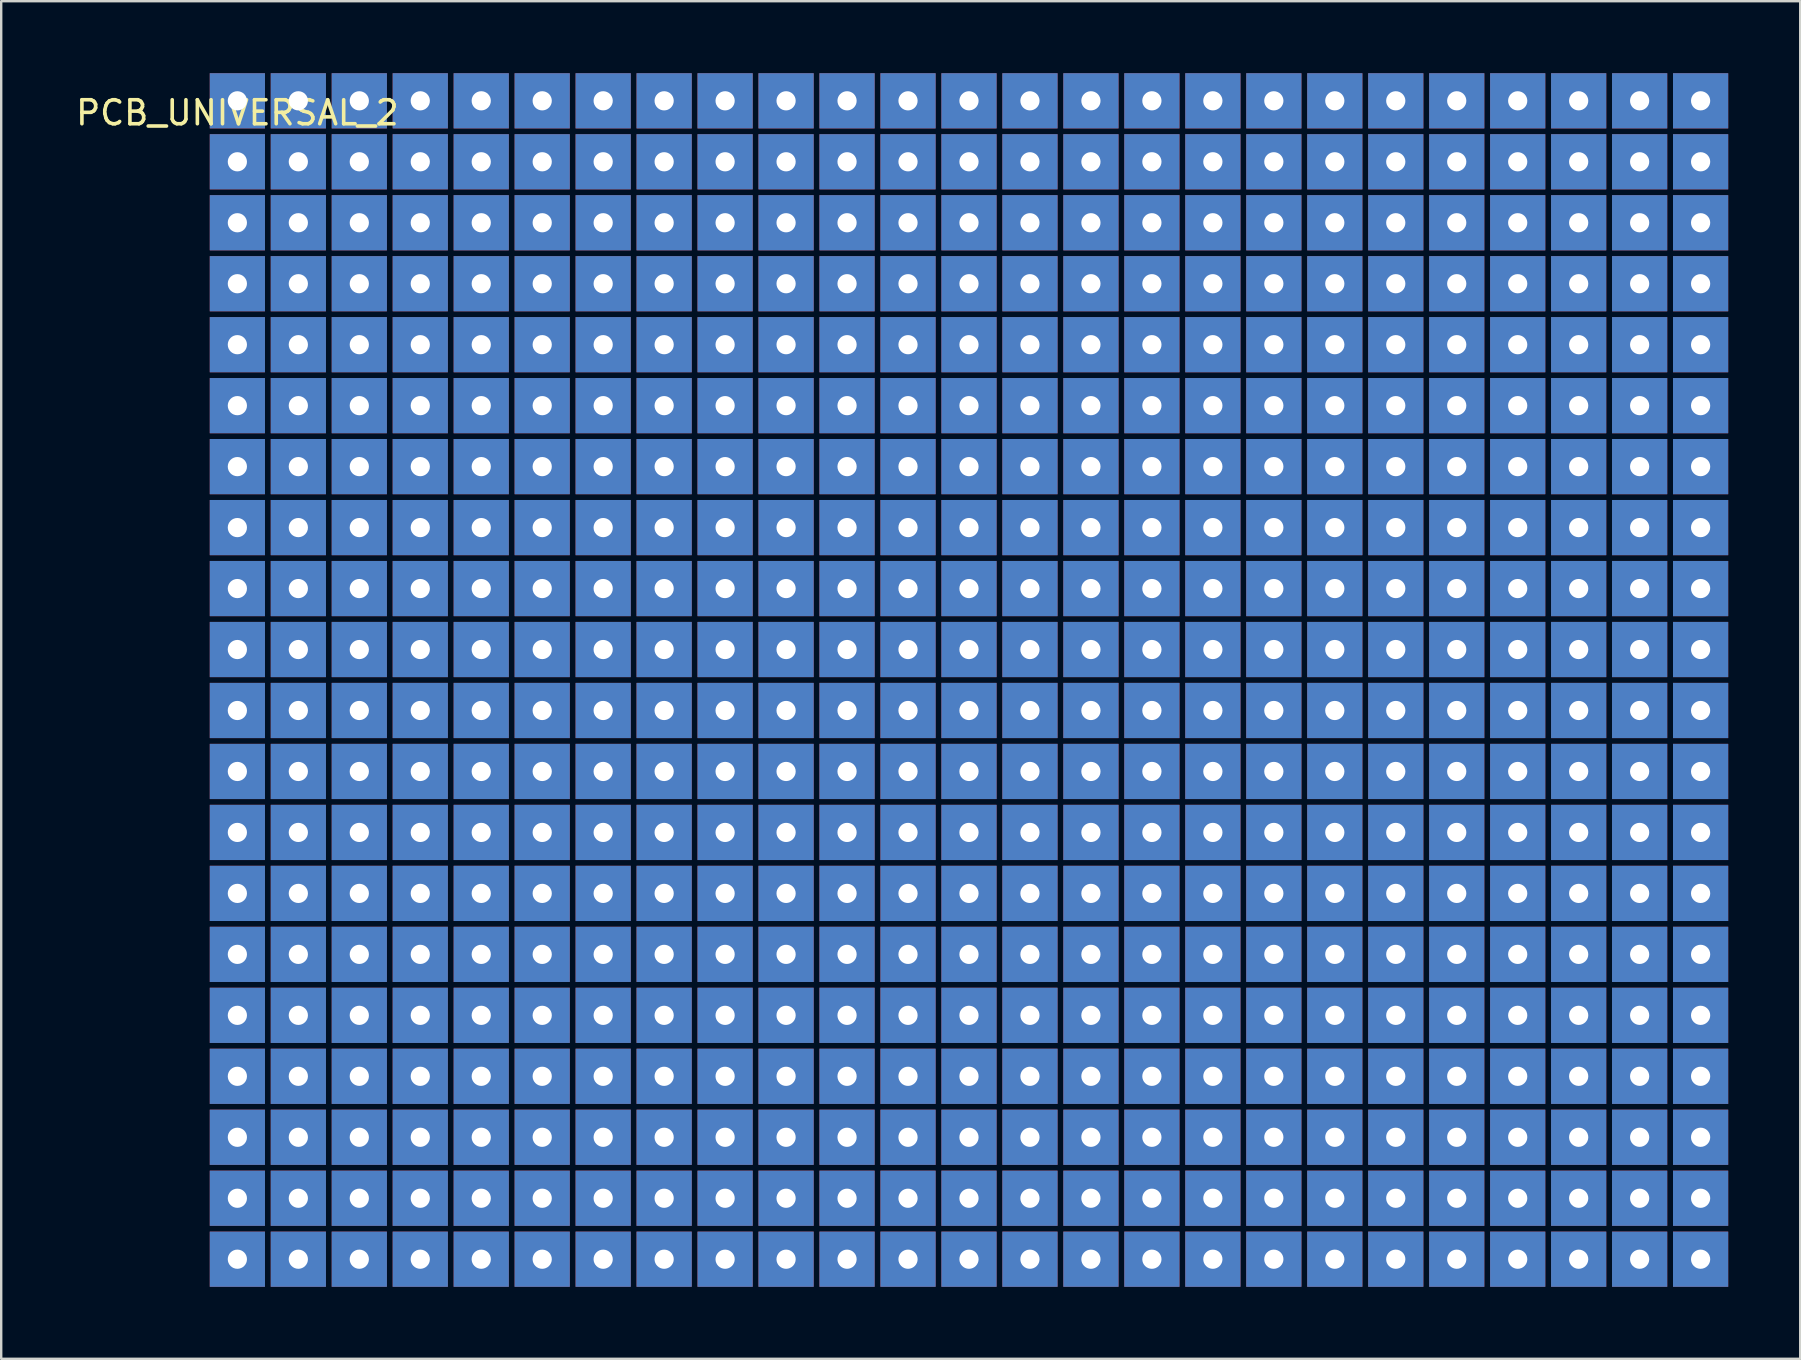
<source format=kicad_pcb>
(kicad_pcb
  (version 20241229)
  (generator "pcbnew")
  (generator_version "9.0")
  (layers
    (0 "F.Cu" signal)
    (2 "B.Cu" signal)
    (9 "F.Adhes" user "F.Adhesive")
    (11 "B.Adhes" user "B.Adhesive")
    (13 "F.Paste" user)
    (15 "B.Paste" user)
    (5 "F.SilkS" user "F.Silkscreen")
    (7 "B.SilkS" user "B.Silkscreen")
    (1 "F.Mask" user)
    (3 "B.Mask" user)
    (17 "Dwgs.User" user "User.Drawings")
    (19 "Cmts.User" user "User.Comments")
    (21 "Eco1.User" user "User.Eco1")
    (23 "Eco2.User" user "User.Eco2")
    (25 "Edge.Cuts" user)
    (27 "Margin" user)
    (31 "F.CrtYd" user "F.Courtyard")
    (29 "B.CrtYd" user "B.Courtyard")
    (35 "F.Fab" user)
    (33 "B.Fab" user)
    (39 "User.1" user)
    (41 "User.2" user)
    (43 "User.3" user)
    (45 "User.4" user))
  (footprint "PCB_UNIVERSAL_2"
    (layer "F.Cu")
    (at 6.839 1.15)
    (property "Reference" "PCB_UNIVERSAL_2" (at 0 0.5 0) (layer "F.SilkS") (effects (font (size 1 1) (thickness 0.15))))
    (attr through_hole)
    (pad "1" thru_hole rect (at 0 0) (size 2.3 2.3) (drill 0.8) (layers "*.Cu" "*.Mask"))
    (pad "2" thru_hole rect (at 2.54 0) (size 2.3 2.3) (drill 0.8) (layers "*.Cu" "*.Mask"))
    (pad "3" thru_hole rect (at 5.08 0) (size 2.3 2.3) (drill 0.8) (layers "*.Cu" "*.Mask"))
    (pad "4" thru_hole rect (at 7.62 0) (size 2.3 2.3) (drill 0.8) (layers "*.Cu" "*.Mask"))
    (pad "5" thru_hole rect (at 10.16 0) (size 2.3 2.3) (drill 0.8) (layers "*.Cu" "*.Mask"))
    (pad "6" thru_hole rect (at 12.7 0) (size 2.3 2.3) (drill 0.8) (layers "*.Cu" "*.Mask"))
    (pad "7" thru_hole rect (at 15.24 0) (size 2.3 2.3) (drill 0.8) (layers "*.Cu" "*.Mask"))
    (pad "8" thru_hole rect (at 17.78 0) (size 2.3 2.3) (drill 0.8) (layers "*.Cu" "*.Mask"))
    (pad "9" thru_hole rect (at 20.32 0) (size 2.3 2.3) (drill 0.8) (layers "*.Cu" "*.Mask"))
    (pad "10" thru_hole rect (at 22.86 0) (size 2.3 2.3) (drill 0.8) (layers "*.Cu" "*.Mask"))
    (pad "11" thru_hole rect (at 25.4 0) (size 2.3 2.3) (drill 0.8) (layers "*.Cu" "*.Mask"))
    (pad "12" thru_hole rect (at 27.94 0) (size 2.3 2.3) (drill 0.8) (layers "*.Cu" "*.Mask"))
    (pad "13" thru_hole rect (at 30.48 0) (size 2.3 2.3) (drill 0.8) (layers "*.Cu" "*.Mask"))
    (pad "14" thru_hole rect (at 33.02 0) (size 2.3 2.3) (drill 0.8) (layers "*.Cu" "*.Mask"))
    (pad "15" thru_hole rect (at 35.56 0) (size 2.3 2.3) (drill 0.8) (layers "*.Cu" "*.Mask"))
    (pad "16" thru_hole rect (at 38.1 0) (size 2.3 2.3) (drill 0.8) (layers "*.Cu" "*.Mask"))
    (pad "17" thru_hole rect (at 40.64 0) (size 2.3 2.3) (drill 0.8) (layers "*.Cu" "*.Mask"))
    (pad "18" thru_hole rect (at 43.18 0) (size 2.3 2.3) (drill 0.8) (layers "*.Cu" "*.Mask"))
    (pad "19" thru_hole rect (at 45.72 0) (size 2.3 2.3) (drill 0.8) (layers "*.Cu" "*.Mask"))
    (pad "20" thru_hole rect (at 48.26 0) (size 2.3 2.3) (drill 0.8) (layers "*.Cu" "*.Mask"))
    (pad "21" thru_hole rect (at 50.8 0) (size 2.3 2.3) (drill 0.8) (layers "*.Cu" "*.Mask"))
    (pad "22" thru_hole rect (at 53.34 0) (size 2.3 2.3) (drill 0.8) (layers "*.Cu" "*.Mask"))
    (pad "23" thru_hole rect (at 55.88 0) (size 2.3 2.3) (drill 0.8) (layers "*.Cu" "*.Mask"))
    (pad "24" thru_hole rect (at 58.42 0) (size 2.3 2.3) (drill 0.8) (layers "*.Cu" "*.Mask"))
    (pad "25" thru_hole rect (at 60.96 0) (size 2.3 2.3) (drill 0.8) (layers "*.Cu" "*.Mask"))
    (pad "26" thru_hole rect (at 0 2.54) (size 2.3 2.3) (drill 0.8) (layers "*.Cu" "*.Mask"))
    (pad "27" thru_hole rect (at 2.54 2.54) (size 2.3 2.3) (drill 0.8) (layers "*.Cu" "*.Mask"))
    (pad "28" thru_hole rect (at 5.08 2.54) (size 2.3 2.3) (drill 0.8) (layers "*.Cu" "*.Mask"))
    (pad "29" thru_hole rect (at 7.62 2.54) (size 2.3 2.3) (drill 0.8) (layers "*.Cu" "*.Mask"))
    (pad "30" thru_hole rect (at 10.16 2.54) (size 2.3 2.3) (drill 0.8) (layers "*.Cu" "*.Mask"))
    (pad "31" thru_hole rect (at 12.7 2.54) (size 2.3 2.3) (drill 0.8) (layers "*.Cu" "*.Mask"))
    (pad "32" thru_hole rect (at 15.24 2.54) (size 2.3 2.3) (drill 0.8) (layers "*.Cu" "*.Mask"))
    (pad "33" thru_hole rect (at 17.78 2.54) (size 2.3 2.3) (drill 0.8) (layers "*.Cu" "*.Mask"))
    (pad "34" thru_hole rect (at 20.32 2.54) (size 2.3 2.3) (drill 0.8) (layers "*.Cu" "*.Mask"))
    (pad "35" thru_hole rect (at 22.86 2.54) (size 2.3 2.3) (drill 0.8) (layers "*.Cu" "*.Mask"))
    (pad "36" thru_hole rect (at 25.4 2.54) (size 2.3 2.3) (drill 0.8) (layers "*.Cu" "*.Mask"))
    (pad "37" thru_hole rect (at 27.94 2.54) (size 2.3 2.3) (drill 0.8) (layers "*.Cu" "*.Mask"))
    (pad "38" thru_hole rect (at 30.48 2.54) (size 2.3 2.3) (drill 0.8) (layers "*.Cu" "*.Mask"))
    (pad "39" thru_hole rect (at 33.02 2.54) (size 2.3 2.3) (drill 0.8) (layers "*.Cu" "*.Mask"))
    (pad "40" thru_hole rect (at 35.56 2.54) (size 2.3 2.3) (drill 0.8) (layers "*.Cu" "*.Mask"))
    (pad "41" thru_hole rect (at 38.1 2.54) (size 2.3 2.3) (drill 0.8) (layers "*.Cu" "*.Mask"))
    (pad "42" thru_hole rect (at 40.64 2.54) (size 2.3 2.3) (drill 0.8) (layers "*.Cu" "*.Mask"))
    (pad "43" thru_hole rect (at 43.18 2.54) (size 2.3 2.3) (drill 0.8) (layers "*.Cu" "*.Mask"))
    (pad "44" thru_hole rect (at 45.72 2.54) (size 2.3 2.3) (drill 0.8) (layers "*.Cu" "*.Mask"))
    (pad "45" thru_hole rect (at 48.26 2.54) (size 2.3 2.3) (drill 0.8) (layers "*.Cu" "*.Mask"))
    (pad "46" thru_hole rect (at 50.8 2.54) (size 2.3 2.3) (drill 0.8) (layers "*.Cu" "*.Mask"))
    (pad "47" thru_hole rect (at 53.34 2.54) (size 2.3 2.3) (drill 0.8) (layers "*.Cu" "*.Mask"))
    (pad "48" thru_hole rect (at 55.88 2.54) (size 2.3 2.3) (drill 0.8) (layers "*.Cu" "*.Mask"))
    (pad "49" thru_hole rect (at 58.42 2.54) (size 2.3 2.3) (drill 0.8) (layers "*.Cu" "*.Mask"))
    (pad "50" thru_hole rect (at 60.96 2.54) (size 2.3 2.3) (drill 0.8) (layers "*.Cu" "*.Mask"))
    (pad "51" thru_hole rect (at 0 5.08) (size 2.3 2.3) (drill 0.8) (layers "*.Cu" "*.Mask"))
    (pad "52" thru_hole rect (at 2.54 5.08) (size 2.3 2.3) (drill 0.8) (layers "*.Cu" "*.Mask"))
    (pad "53" thru_hole rect (at 5.08 5.08) (size 2.3 2.3) (drill 0.8) (layers "*.Cu" "*.Mask"))
    (pad "54" thru_hole rect (at 7.62 5.08) (size 2.3 2.3) (drill 0.8) (layers "*.Cu" "*.Mask"))
    (pad "55" thru_hole rect (at 10.16 5.08) (size 2.3 2.3) (drill 0.8) (layers "*.Cu" "*.Mask"))
    (pad "56" thru_hole rect (at 12.7 5.08) (size 2.3 2.3) (drill 0.8) (layers "*.Cu" "*.Mask"))
    (pad "57" thru_hole rect (at 15.24 5.08) (size 2.3 2.3) (drill 0.8) (layers "*.Cu" "*.Mask"))
    (pad "58" thru_hole rect (at 17.78 5.08) (size 2.3 2.3) (drill 0.8) (layers "*.Cu" "*.Mask"))
    (pad "59" thru_hole rect (at 20.32 5.08) (size 2.3 2.3) (drill 0.8) (layers "*.Cu" "*.Mask"))
    (pad "60" thru_hole rect (at 22.86 5.08) (size 2.3 2.3) (drill 0.8) (layers "*.Cu" "*.Mask"))
    (pad "61" thru_hole rect (at 25.4 5.08) (size 2.3 2.3) (drill 0.8) (layers "*.Cu" "*.Mask"))
    (pad "62" thru_hole rect (at 27.94 5.08) (size 2.3 2.3) (drill 0.8) (layers "*.Cu" "*.Mask"))
    (pad "63" thru_hole rect (at 30.48 5.08) (size 2.3 2.3) (drill 0.8) (layers "*.Cu" "*.Mask"))
    (pad "64" thru_hole rect (at 33.02 5.08) (size 2.3 2.3) (drill 0.8) (layers "*.Cu" "*.Mask"))
    (pad "65" thru_hole rect (at 35.56 5.08) (size 2.3 2.3) (drill 0.8) (layers "*.Cu" "*.Mask"))
    (pad "66" thru_hole rect (at 38.1 5.08) (size 2.3 2.3) (drill 0.8) (layers "*.Cu" "*.Mask"))
    (pad "67" thru_hole rect (at 40.64 5.08) (size 2.3 2.3) (drill 0.8) (layers "*.Cu" "*.Mask"))
    (pad "68" thru_hole rect (at 43.18 5.08) (size 2.3 2.3) (drill 0.8) (layers "*.Cu" "*.Mask"))
    (pad "69" thru_hole rect (at 45.72 5.08) (size 2.3 2.3) (drill 0.8) (layers "*.Cu" "*.Mask"))
    (pad "70" thru_hole rect (at 48.26 5.08) (size 2.3 2.3) (drill 0.8) (layers "*.Cu" "*.Mask"))
    (pad "71" thru_hole rect (at 50.8 5.08) (size 2.3 2.3) (drill 0.8) (layers "*.Cu" "*.Mask"))
    (pad "72" thru_hole rect (at 53.34 5.08) (size 2.3 2.3) (drill 0.8) (layers "*.Cu" "*.Mask"))
    (pad "73" thru_hole rect (at 55.88 5.08) (size 2.3 2.3) (drill 0.8) (layers "*.Cu" "*.Mask"))
    (pad "74" thru_hole rect (at 58.42 5.08) (size 2.3 2.3) (drill 0.8) (layers "*.Cu" "*.Mask"))
    (pad "75" thru_hole rect (at 60.96 5.08) (size 2.3 2.3) (drill 0.8) (layers "*.Cu" "*.Mask"))
    (pad "76" thru_hole rect (at 0 7.62) (size 2.3 2.3) (drill 0.8) (layers "*.Cu" "*.Mask"))
    (pad "77" thru_hole rect (at 2.54 7.62) (size 2.3 2.3) (drill 0.8) (layers "*.Cu" "*.Mask"))
    (pad "78" thru_hole rect (at 5.08 7.62) (size 2.3 2.3) (drill 0.8) (layers "*.Cu" "*.Mask"))
    (pad "79" thru_hole rect (at 7.62 7.62) (size 2.3 2.3) (drill 0.8) (layers "*.Cu" "*.Mask"))
    (pad "80" thru_hole rect (at 10.16 7.62) (size 2.3 2.3) (drill 0.8) (layers "*.Cu" "*.Mask"))
    (pad "81" thru_hole rect (at 12.7 7.62) (size 2.3 2.3) (drill 0.8) (layers "*.Cu" "*.Mask"))
    (pad "82" thru_hole rect (at 15.24 7.62) (size 2.3 2.3) (drill 0.8) (layers "*.Cu" "*.Mask"))
    (pad "83" thru_hole rect (at 17.78 7.62) (size 2.3 2.3) (drill 0.8) (layers "*.Cu" "*.Mask"))
    (pad "84" thru_hole rect (at 20.32 7.62) (size 2.3 2.3) (drill 0.8) (layers "*.Cu" "*.Mask"))
    (pad "85" thru_hole rect (at 22.86 7.62) (size 2.3 2.3) (drill 0.8) (layers "*.Cu" "*.Mask"))
    (pad "86" thru_hole rect (at 25.4 7.62) (size 2.3 2.3) (drill 0.8) (layers "*.Cu" "*.Mask"))
    (pad "87" thru_hole rect (at 27.94 7.62) (size 2.3 2.3) (drill 0.8) (layers "*.Cu" "*.Mask"))
    (pad "88" thru_hole rect (at 30.48 7.62) (size 2.3 2.3) (drill 0.8) (layers "*.Cu" "*.Mask"))
    (pad "89" thru_hole rect (at 33.02 7.62) (size 2.3 2.3) (drill 0.8) (layers "*.Cu" "*.Mask"))
    (pad "90" thru_hole rect (at 35.56 7.62) (size 2.3 2.3) (drill 0.8) (layers "*.Cu" "*.Mask"))
    (pad "91" thru_hole rect (at 38.1 7.62) (size 2.3 2.3) (drill 0.8) (layers "*.Cu" "*.Mask"))
    (pad "92" thru_hole rect (at 40.64 7.62) (size 2.3 2.3) (drill 0.8) (layers "*.Cu" "*.Mask"))
    (pad "93" thru_hole rect (at 43.18 7.62) (size 2.3 2.3) (drill 0.8) (layers "*.Cu" "*.Mask"))
    (pad "94" thru_hole rect (at 45.72 7.62) (size 2.3 2.3) (drill 0.8) (layers "*.Cu" "*.Mask"))
    (pad "95" thru_hole rect (at 48.26 7.62) (size 2.3 2.3) (drill 0.8) (layers "*.Cu" "*.Mask"))
    (pad "96" thru_hole rect (at 50.8 7.62) (size 2.3 2.3) (drill 0.8) (layers "*.Cu" "*.Mask"))
    (pad "97" thru_hole rect (at 53.34 7.62) (size 2.3 2.3) (drill 0.8) (layers "*.Cu" "*.Mask"))
    (pad "98" thru_hole rect (at 55.88 7.62) (size 2.3 2.3) (drill 0.8) (layers "*.Cu" "*.Mask"))
    (pad "99" thru_hole rect (at 58.42 7.62) (size 2.3 2.3) (drill 0.8) (layers "*.Cu" "*.Mask"))
    (pad "100" thru_hole rect (at 60.96 7.62) (size 2.3 2.3) (drill 0.8) (layers "*.Cu" "*.Mask"))
    (pad "101" thru_hole rect (at 0 10.16) (size 2.3 2.3) (drill 0.8) (layers "*.Cu" "*.Mask"))
    (pad "102" thru_hole rect (at 2.54 10.16) (size 2.3 2.3) (drill 0.8) (layers "*.Cu" "*.Mask"))
    (pad "103" thru_hole rect (at 5.08 10.16) (size 2.3 2.3) (drill 0.8) (layers "*.Cu" "*.Mask"))
    (pad "104" thru_hole rect (at 7.62 10.16) (size 2.3 2.3) (drill 0.8) (layers "*.Cu" "*.Mask"))
    (pad "105" thru_hole rect (at 10.16 10.16) (size 2.3 2.3) (drill 0.8) (layers "*.Cu" "*.Mask"))
    (pad "106" thru_hole rect (at 12.7 10.16) (size 2.3 2.3) (drill 0.8) (layers "*.Cu" "*.Mask"))
    (pad "107" thru_hole rect (at 15.24 10.16) (size 2.3 2.3) (drill 0.8) (layers "*.Cu" "*.Mask"))
    (pad "108" thru_hole rect (at 17.78 10.16) (size 2.3 2.3) (drill 0.8) (layers "*.Cu" "*.Mask"))
    (pad "109" thru_hole rect (at 20.32 10.16) (size 2.3 2.3) (drill 0.8) (layers "*.Cu" "*.Mask"))
    (pad "110" thru_hole rect (at 22.86 10.16) (size 2.3 2.3) (drill 0.8) (layers "*.Cu" "*.Mask"))
    (pad "111" thru_hole rect (at 25.4 10.16) (size 2.3 2.3) (drill 0.8) (layers "*.Cu" "*.Mask"))
    (pad "112" thru_hole rect (at 27.94 10.16) (size 2.3 2.3) (drill 0.8) (layers "*.Cu" "*.Mask"))
    (pad "113" thru_hole rect (at 30.48 10.16) (size 2.3 2.3) (drill 0.8) (layers "*.Cu" "*.Mask"))
    (pad "114" thru_hole rect (at 33.02 10.16) (size 2.3 2.3) (drill 0.8) (layers "*.Cu" "*.Mask"))
    (pad "115" thru_hole rect (at 35.56 10.16) (size 2.3 2.3) (drill 0.8) (layers "*.Cu" "*.Mask"))
    (pad "116" thru_hole rect (at 38.1 10.16) (size 2.3 2.3) (drill 0.8) (layers "*.Cu" "*.Mask"))
    (pad "117" thru_hole rect (at 40.64 10.16) (size 2.3 2.3) (drill 0.8) (layers "*.Cu" "*.Mask"))
    (pad "118" thru_hole rect (at 43.18 10.16) (size 2.3 2.3) (drill 0.8) (layers "*.Cu" "*.Mask"))
    (pad "119" thru_hole rect (at 45.72 10.16) (size 2.3 2.3) (drill 0.8) (layers "*.Cu" "*.Mask"))
    (pad "120" thru_hole rect (at 48.26 10.16) (size 2.3 2.3) (drill 0.8) (layers "*.Cu" "*.Mask"))
    (pad "121" thru_hole rect (at 50.8 10.16) (size 2.3 2.3) (drill 0.8) (layers "*.Cu" "*.Mask"))
    (pad "122" thru_hole rect (at 53.34 10.16) (size 2.3 2.3) (drill 0.8) (layers "*.Cu" "*.Mask"))
    (pad "123" thru_hole rect (at 55.88 10.16) (size 2.3 2.3) (drill 0.8) (layers "*.Cu" "*.Mask"))
    (pad "124" thru_hole rect (at 58.42 10.16) (size 2.3 2.3) (drill 0.8) (layers "*.Cu" "*.Mask"))
    (pad "125" thru_hole rect (at 60.96 10.16) (size 2.3 2.3) (drill 0.8) (layers "*.Cu" "*.Mask"))
    (pad "126" thru_hole rect (at 0 12.7) (size 2.3 2.3) (drill 0.8) (layers "*.Cu" "*.Mask"))
    (pad "127" thru_hole rect (at 2.54 12.7) (size 2.3 2.3) (drill 0.8) (layers "*.Cu" "*.Mask"))
    (pad "128" thru_hole rect (at 5.08 12.7) (size 2.3 2.3) (drill 0.8) (layers "*.Cu" "*.Mask"))
    (pad "129" thru_hole rect (at 7.62 12.7) (size 2.3 2.3) (drill 0.8) (layers "*.Cu" "*.Mask"))
    (pad "130" thru_hole rect (at 10.16 12.7) (size 2.3 2.3) (drill 0.8) (layers "*.Cu" "*.Mask"))
    (pad "131" thru_hole rect (at 12.7 12.7) (size 2.3 2.3) (drill 0.8) (layers "*.Cu" "*.Mask"))
    (pad "132" thru_hole rect (at 15.24 12.7) (size 2.3 2.3) (drill 0.8) (layers "*.Cu" "*.Mask"))
    (pad "133" thru_hole rect (at 17.78 12.7) (size 2.3 2.3) (drill 0.8) (layers "*.Cu" "*.Mask"))
    (pad "134" thru_hole rect (at 20.32 12.7) (size 2.3 2.3) (drill 0.8) (layers "*.Cu" "*.Mask"))
    (pad "135" thru_hole rect (at 22.86 12.7) (size 2.3 2.3) (drill 0.8) (layers "*.Cu" "*.Mask"))
    (pad "136" thru_hole rect (at 25.4 12.7) (size 2.3 2.3) (drill 0.8) (layers "*.Cu" "*.Mask"))
    (pad "137" thru_hole rect (at 27.94 12.7) (size 2.3 2.3) (drill 0.8) (layers "*.Cu" "*.Mask"))
    (pad "138" thru_hole rect (at 30.48 12.7) (size 2.3 2.3) (drill 0.8) (layers "*.Cu" "*.Mask"))
    (pad "139" thru_hole rect (at 33.02 12.7) (size 2.3 2.3) (drill 0.8) (layers "*.Cu" "*.Mask"))
    (pad "140" thru_hole rect (at 35.56 12.7) (size 2.3 2.3) (drill 0.8) (layers "*.Cu" "*.Mask"))
    (pad "141" thru_hole rect (at 38.1 12.7) (size 2.3 2.3) (drill 0.8) (layers "*.Cu" "*.Mask"))
    (pad "142" thru_hole rect (at 40.64 12.7) (size 2.3 2.3) (drill 0.8) (layers "*.Cu" "*.Mask"))
    (pad "143" thru_hole rect (at 43.18 12.7) (size 2.3 2.3) (drill 0.8) (layers "*.Cu" "*.Mask"))
    (pad "144" thru_hole rect (at 45.72 12.7) (size 2.3 2.3) (drill 0.8) (layers "*.Cu" "*.Mask"))
    (pad "145" thru_hole rect (at 48.26 12.7) (size 2.3 2.3) (drill 0.8) (layers "*.Cu" "*.Mask"))
    (pad "146" thru_hole rect (at 50.8 12.7) (size 2.3 2.3) (drill 0.8) (layers "*.Cu" "*.Mask"))
    (pad "147" thru_hole rect (at 53.34 12.7) (size 2.3 2.3) (drill 0.8) (layers "*.Cu" "*.Mask"))
    (pad "148" thru_hole rect (at 55.88 12.7) (size 2.3 2.3) (drill 0.8) (layers "*.Cu" "*.Mask"))
    (pad "149" thru_hole rect (at 58.42 12.7) (size 2.3 2.3) (drill 0.8) (layers "*.Cu" "*.Mask"))
    (pad "150" thru_hole rect (at 60.96 12.7) (size 2.3 2.3) (drill 0.8) (layers "*.Cu" "*.Mask"))
    (pad "151" thru_hole rect (at 0 15.24) (size 2.3 2.3) (drill 0.8) (layers "*.Cu" "*.Mask"))
    (pad "152" thru_hole rect (at 2.54 15.24) (size 2.3 2.3) (drill 0.8) (layers "*.Cu" "*.Mask"))
    (pad "153" thru_hole rect (at 5.08 15.24) (size 2.3 2.3) (drill 0.8) (layers "*.Cu" "*.Mask"))
    (pad "154" thru_hole rect (at 7.62 15.24) (size 2.3 2.3) (drill 0.8) (layers "*.Cu" "*.Mask"))
    (pad "155" thru_hole rect (at 10.16 15.24) (size 2.3 2.3) (drill 0.8) (layers "*.Cu" "*.Mask"))
    (pad "156" thru_hole rect (at 12.7 15.24) (size 2.3 2.3) (drill 0.8) (layers "*.Cu" "*.Mask"))
    (pad "157" thru_hole rect (at 15.24 15.24) (size 2.3 2.3) (drill 0.8) (layers "*.Cu" "*.Mask"))
    (pad "158" thru_hole rect (at 17.78 15.24) (size 2.3 2.3) (drill 0.8) (layers "*.Cu" "*.Mask"))
    (pad "159" thru_hole rect (at 20.32 15.24) (size 2.3 2.3) (drill 0.8) (layers "*.Cu" "*.Mask"))
    (pad "160" thru_hole rect (at 22.86 15.24) (size 2.3 2.3) (drill 0.8) (layers "*.Cu" "*.Mask"))
    (pad "161" thru_hole rect (at 25.4 15.24) (size 2.3 2.3) (drill 0.8) (layers "*.Cu" "*.Mask"))
    (pad "162" thru_hole rect (at 27.94 15.24) (size 2.3 2.3) (drill 0.8) (layers "*.Cu" "*.Mask"))
    (pad "163" thru_hole rect (at 30.48 15.24) (size 2.3 2.3) (drill 0.8) (layers "*.Cu" "*.Mask"))
    (pad "164" thru_hole rect (at 33.02 15.24) (size 2.3 2.3) (drill 0.8) (layers "*.Cu" "*.Mask"))
    (pad "165" thru_hole rect (at 35.56 15.24) (size 2.3 2.3) (drill 0.8) (layers "*.Cu" "*.Mask"))
    (pad "166" thru_hole rect (at 38.1 15.24) (size 2.3 2.3) (drill 0.8) (layers "*.Cu" "*.Mask"))
    (pad "167" thru_hole rect (at 40.64 15.24) (size 2.3 2.3) (drill 0.8) (layers "*.Cu" "*.Mask"))
    (pad "168" thru_hole rect (at 43.18 15.24) (size 2.3 2.3) (drill 0.8) (layers "*.Cu" "*.Mask"))
    (pad "169" thru_hole rect (at 45.72 15.24) (size 2.3 2.3) (drill 0.8) (layers "*.Cu" "*.Mask"))
    (pad "170" thru_hole rect (at 48.26 15.24) (size 2.3 2.3) (drill 0.8) (layers "*.Cu" "*.Mask"))
    (pad "171" thru_hole rect (at 50.8 15.24) (size 2.3 2.3) (drill 0.8) (layers "*.Cu" "*.Mask"))
    (pad "172" thru_hole rect (at 53.34 15.24) (size 2.3 2.3) (drill 0.8) (layers "*.Cu" "*.Mask"))
    (pad "173" thru_hole rect (at 55.88 15.24) (size 2.3 2.3) (drill 0.8) (layers "*.Cu" "*.Mask"))
    (pad "174" thru_hole rect (at 58.42 15.24) (size 2.3 2.3) (drill 0.8) (layers "*.Cu" "*.Mask"))
    (pad "175" thru_hole rect (at 60.96 15.24) (size 2.3 2.3) (drill 0.8) (layers "*.Cu" "*.Mask"))
    (pad "176" thru_hole rect (at 0 17.78) (size 2.3 2.3) (drill 0.8) (layers "*.Cu" "*.Mask"))
    (pad "177" thru_hole rect (at 2.54 17.78) (size 2.3 2.3) (drill 0.8) (layers "*.Cu" "*.Mask"))
    (pad "178" thru_hole rect (at 5.08 17.78) (size 2.3 2.3) (drill 0.8) (layers "*.Cu" "*.Mask"))
    (pad "179" thru_hole rect (at 7.62 17.78) (size 2.3 2.3) (drill 0.8) (layers "*.Cu" "*.Mask"))
    (pad "180" thru_hole rect (at 10.16 17.78) (size 2.3 2.3) (drill 0.8) (layers "*.Cu" "*.Mask"))
    (pad "181" thru_hole rect (at 12.7 17.78) (size 2.3 2.3) (drill 0.8) (layers "*.Cu" "*.Mask"))
    (pad "182" thru_hole rect (at 15.24 17.78) (size 2.3 2.3) (drill 0.8) (layers "*.Cu" "*.Mask"))
    (pad "183" thru_hole rect (at 17.78 17.78) (size 2.3 2.3) (drill 0.8) (layers "*.Cu" "*.Mask"))
    (pad "184" thru_hole rect (at 20.32 17.78) (size 2.3 2.3) (drill 0.8) (layers "*.Cu" "*.Mask"))
    (pad "185" thru_hole rect (at 22.86 17.78) (size 2.3 2.3) (drill 0.8) (layers "*.Cu" "*.Mask"))
    (pad "186" thru_hole rect (at 25.4 17.78) (size 2.3 2.3) (drill 0.8) (layers "*.Cu" "*.Mask"))
    (pad "187" thru_hole rect (at 27.94 17.78) (size 2.3 2.3) (drill 0.8) (layers "*.Cu" "*.Mask"))
    (pad "188" thru_hole rect (at 30.48 17.78) (size 2.3 2.3) (drill 0.8) (layers "*.Cu" "*.Mask"))
    (pad "189" thru_hole rect (at 33.02 17.78) (size 2.3 2.3) (drill 0.8) (layers "*.Cu" "*.Mask"))
    (pad "190" thru_hole rect (at 35.56 17.78) (size 2.3 2.3) (drill 0.8) (layers "*.Cu" "*.Mask"))
    (pad "191" thru_hole rect (at 38.1 17.78) (size 2.3 2.3) (drill 0.8) (layers "*.Cu" "*.Mask"))
    (pad "192" thru_hole rect (at 40.64 17.78) (size 2.3 2.3) (drill 0.8) (layers "*.Cu" "*.Mask"))
    (pad "193" thru_hole rect (at 43.18 17.78) (size 2.3 2.3) (drill 0.8) (layers "*.Cu" "*.Mask"))
    (pad "194" thru_hole rect (at 45.72 17.78) (size 2.3 2.3) (drill 0.8) (layers "*.Cu" "*.Mask"))
    (pad "195" thru_hole rect (at 48.26 17.78) (size 2.3 2.3) (drill 0.8) (layers "*.Cu" "*.Mask"))
    (pad "196" thru_hole rect (at 50.8 17.78) (size 2.3 2.3) (drill 0.8) (layers "*.Cu" "*.Mask"))
    (pad "197" thru_hole rect (at 53.34 17.78) (size 2.3 2.3) (drill 0.8) (layers "*.Cu" "*.Mask"))
    (pad "198" thru_hole rect (at 55.88 17.78) (size 2.3 2.3) (drill 0.8) (layers "*.Cu" "*.Mask"))
    (pad "199" thru_hole rect (at 58.42 17.78) (size 2.3 2.3) (drill 0.8) (layers "*.Cu" "*.Mask"))
    (pad "200" thru_hole rect (at 60.96 17.78) (size 2.3 2.3) (drill 0.8) (layers "*.Cu" "*.Mask"))
    (pad "201" thru_hole rect (at 0 20.32) (size 2.3 2.3) (drill 0.8) (layers "*.Cu" "*.Mask"))
    (pad "202" thru_hole rect (at 2.54 20.32) (size 2.3 2.3) (drill 0.8) (layers "*.Cu" "*.Mask"))
    (pad "203" thru_hole rect (at 5.08 20.32) (size 2.3 2.3) (drill 0.8) (layers "*.Cu" "*.Mask"))
    (pad "204" thru_hole rect (at 7.62 20.32) (size 2.3 2.3) (drill 0.8) (layers "*.Cu" "*.Mask"))
    (pad "205" thru_hole rect (at 10.16 20.32) (size 2.3 2.3) (drill 0.8) (layers "*.Cu" "*.Mask"))
    (pad "206" thru_hole rect (at 12.7 20.32) (size 2.3 2.3) (drill 0.8) (layers "*.Cu" "*.Mask"))
    (pad "207" thru_hole rect (at 15.24 20.32) (size 2.3 2.3) (drill 0.8) (layers "*.Cu" "*.Mask"))
    (pad "208" thru_hole rect (at 17.78 20.32) (size 2.3 2.3) (drill 0.8) (layers "*.Cu" "*.Mask"))
    (pad "209" thru_hole rect (at 20.32 20.32) (size 2.3 2.3) (drill 0.8) (layers "*.Cu" "*.Mask"))
    (pad "210" thru_hole rect (at 22.86 20.32) (size 2.3 2.3) (drill 0.8) (layers "*.Cu" "*.Mask"))
    (pad "211" thru_hole rect (at 25.4 20.32) (size 2.3 2.3) (drill 0.8) (layers "*.Cu" "*.Mask"))
    (pad "212" thru_hole rect (at 27.94 20.32) (size 2.3 2.3) (drill 0.8) (layers "*.Cu" "*.Mask"))
    (pad "213" thru_hole rect (at 30.48 20.32) (size 2.3 2.3) (drill 0.8) (layers "*.Cu" "*.Mask"))
    (pad "214" thru_hole rect (at 33.02 20.32) (size 2.3 2.3) (drill 0.8) (layers "*.Cu" "*.Mask"))
    (pad "215" thru_hole rect (at 35.56 20.32) (size 2.3 2.3) (drill 0.8) (layers "*.Cu" "*.Mask"))
    (pad "216" thru_hole rect (at 38.1 20.32) (size 2.3 2.3) (drill 0.8) (layers "*.Cu" "*.Mask"))
    (pad "217" thru_hole rect (at 40.64 20.32) (size 2.3 2.3) (drill 0.8) (layers "*.Cu" "*.Mask"))
    (pad "218" thru_hole rect (at 43.18 20.32) (size 2.3 2.3) (drill 0.8) (layers "*.Cu" "*.Mask"))
    (pad "219" thru_hole rect (at 45.72 20.32) (size 2.3 2.3) (drill 0.8) (layers "*.Cu" "*.Mask"))
    (pad "220" thru_hole rect (at 48.26 20.32) (size 2.3 2.3) (drill 0.8) (layers "*.Cu" "*.Mask"))
    (pad "221" thru_hole rect (at 50.8 20.32) (size 2.3 2.3) (drill 0.8) (layers "*.Cu" "*.Mask"))
    (pad "222" thru_hole rect (at 53.34 20.32) (size 2.3 2.3) (drill 0.8) (layers "*.Cu" "*.Mask"))
    (pad "223" thru_hole rect (at 55.88 20.32) (size 2.3 2.3) (drill 0.8) (layers "*.Cu" "*.Mask"))
    (pad "224" thru_hole rect (at 58.42 20.32) (size 2.3 2.3) (drill 0.8) (layers "*.Cu" "*.Mask"))
    (pad "225" thru_hole rect (at 60.96 20.32) (size 2.3 2.3) (drill 0.8) (layers "*.Cu" "*.Mask"))
    (pad "226" thru_hole rect (at 0 22.86) (size 2.3 2.3) (drill 0.8) (layers "*.Cu" "*.Mask"))
    (pad "227" thru_hole rect (at 2.54 22.86) (size 2.3 2.3) (drill 0.8) (layers "*.Cu" "*.Mask"))
    (pad "228" thru_hole rect (at 5.08 22.86) (size 2.3 2.3) (drill 0.8) (layers "*.Cu" "*.Mask"))
    (pad "229" thru_hole rect (at 7.62 22.86) (size 2.3 2.3) (drill 0.8) (layers "*.Cu" "*.Mask"))
    (pad "230" thru_hole rect (at 10.16 22.86) (size 2.3 2.3) (drill 0.8) (layers "*.Cu" "*.Mask"))
    (pad "231" thru_hole rect (at 12.7 22.86) (size 2.3 2.3) (drill 0.8) (layers "*.Cu" "*.Mask"))
    (pad "232" thru_hole rect (at 15.24 22.86) (size 2.3 2.3) (drill 0.8) (layers "*.Cu" "*.Mask"))
    (pad "233" thru_hole rect (at 17.78 22.86) (size 2.3 2.3) (drill 0.8) (layers "*.Cu" "*.Mask"))
    (pad "234" thru_hole rect (at 20.32 22.86) (size 2.3 2.3) (drill 0.8) (layers "*.Cu" "*.Mask"))
    (pad "235" thru_hole rect (at 22.86 22.86) (size 2.3 2.3) (drill 0.8) (layers "*.Cu" "*.Mask"))
    (pad "236" thru_hole rect (at 25.4 22.86) (size 2.3 2.3) (drill 0.8) (layers "*.Cu" "*.Mask"))
    (pad "237" thru_hole rect (at 27.94 22.86) (size 2.3 2.3) (drill 0.8) (layers "*.Cu" "*.Mask"))
    (pad "238" thru_hole rect (at 30.48 22.86) (size 2.3 2.3) (drill 0.8) (layers "*.Cu" "*.Mask"))
    (pad "239" thru_hole rect (at 33.02 22.86) (size 2.3 2.3) (drill 0.8) (layers "*.Cu" "*.Mask"))
    (pad "240" thru_hole rect (at 35.56 22.86) (size 2.3 2.3) (drill 0.8) (layers "*.Cu" "*.Mask"))
    (pad "241" thru_hole rect (at 38.1 22.86) (size 2.3 2.3) (drill 0.8) (layers "*.Cu" "*.Mask"))
    (pad "242" thru_hole rect (at 40.64 22.86) (size 2.3 2.3) (drill 0.8) (layers "*.Cu" "*.Mask"))
    (pad "243" thru_hole rect (at 43.18 22.86) (size 2.3 2.3) (drill 0.8) (layers "*.Cu" "*.Mask"))
    (pad "244" thru_hole rect (at 45.72 22.86) (size 2.3 2.3) (drill 0.8) (layers "*.Cu" "*.Mask"))
    (pad "245" thru_hole rect (at 48.26 22.86) (size 2.3 2.3) (drill 0.8) (layers "*.Cu" "*.Mask"))
    (pad "246" thru_hole rect (at 50.8 22.86) (size 2.3 2.3) (drill 0.8) (layers "*.Cu" "*.Mask"))
    (pad "247" thru_hole rect (at 53.34 22.86) (size 2.3 2.3) (drill 0.8) (layers "*.Cu" "*.Mask"))
    (pad "248" thru_hole rect (at 55.88 22.86) (size 2.3 2.3) (drill 0.8) (layers "*.Cu" "*.Mask"))
    (pad "249" thru_hole rect (at 58.42 22.86) (size 2.3 2.3) (drill 0.8) (layers "*.Cu" "*.Mask"))
    (pad "250" thru_hole rect (at 60.96 22.86) (size 2.3 2.3) (drill 0.8) (layers "*.Cu" "*.Mask"))
    (pad "251" thru_hole rect (at 0 25.4) (size 2.3 2.3) (drill 0.8) (layers "*.Cu" "*.Mask"))
    (pad "252" thru_hole rect (at 2.54 25.4) (size 2.3 2.3) (drill 0.8) (layers "*.Cu" "*.Mask"))
    (pad "253" thru_hole rect (at 5.08 25.4) (size 2.3 2.3) (drill 0.8) (layers "*.Cu" "*.Mask"))
    (pad "254" thru_hole rect (at 7.62 25.4) (size 2.3 2.3) (drill 0.8) (layers "*.Cu" "*.Mask"))
    (pad "255" thru_hole rect (at 10.16 25.4) (size 2.3 2.3) (drill 0.8) (layers "*.Cu" "*.Mask"))
    (pad "256" thru_hole rect (at 12.7 25.4) (size 2.3 2.3) (drill 0.8) (layers "*.Cu" "*.Mask"))
    (pad "257" thru_hole rect (at 15.24 25.4) (size 2.3 2.3) (drill 0.8) (layers "*.Cu" "*.Mask"))
    (pad "258" thru_hole rect (at 17.78 25.4) (size 2.3 2.3) (drill 0.8) (layers "*.Cu" "*.Mask"))
    (pad "259" thru_hole rect (at 20.32 25.4) (size 2.3 2.3) (drill 0.8) (layers "*.Cu" "*.Mask"))
    (pad "260" thru_hole rect (at 22.86 25.4) (size 2.3 2.3) (drill 0.8) (layers "*.Cu" "*.Mask"))
    (pad "261" thru_hole rect (at 25.4 25.4) (size 2.3 2.3) (drill 0.8) (layers "*.Cu" "*.Mask"))
    (pad "262" thru_hole rect (at 27.94 25.4) (size 2.3 2.3) (drill 0.8) (layers "*.Cu" "*.Mask"))
    (pad "263" thru_hole rect (at 30.48 25.4) (size 2.3 2.3) (drill 0.8) (layers "*.Cu" "*.Mask"))
    (pad "264" thru_hole rect (at 33.02 25.4) (size 2.3 2.3) (drill 0.8) (layers "*.Cu" "*.Mask"))
    (pad "265" thru_hole rect (at 35.56 25.4) (size 2.3 2.3) (drill 0.8) (layers "*.Cu" "*.Mask"))
    (pad "266" thru_hole rect (at 38.1 25.4) (size 2.3 2.3) (drill 0.8) (layers "*.Cu" "*.Mask"))
    (pad "267" thru_hole rect (at 40.64 25.4) (size 2.3 2.3) (drill 0.8) (layers "*.Cu" "*.Mask"))
    (pad "268" thru_hole rect (at 43.18 25.4) (size 2.3 2.3) (drill 0.8) (layers "*.Cu" "*.Mask"))
    (pad "269" thru_hole rect (at 45.72 25.4) (size 2.3 2.3) (drill 0.8) (layers "*.Cu" "*.Mask"))
    (pad "270" thru_hole rect (at 48.26 25.4) (size 2.3 2.3) (drill 0.8) (layers "*.Cu" "*.Mask"))
    (pad "271" thru_hole rect (at 50.8 25.4) (size 2.3 2.3) (drill 0.8) (layers "*.Cu" "*.Mask"))
    (pad "272" thru_hole rect (at 53.34 25.4) (size 2.3 2.3) (drill 0.8) (layers "*.Cu" "*.Mask"))
    (pad "273" thru_hole rect (at 55.88 25.4) (size 2.3 2.3) (drill 0.8) (layers "*.Cu" "*.Mask"))
    (pad "274" thru_hole rect (at 58.42 25.4) (size 2.3 2.3) (drill 0.8) (layers "*.Cu" "*.Mask"))
    (pad "275" thru_hole rect (at 60.96 25.4) (size 2.3 2.3) (drill 0.8) (layers "*.Cu" "*.Mask"))
    (pad "276" thru_hole rect (at 0 27.94) (size 2.3 2.3) (drill 0.8) (layers "*.Cu" "*.Mask"))
    (pad "277" thru_hole rect (at 2.54 27.94) (size 2.3 2.3) (drill 0.8) (layers "*.Cu" "*.Mask"))
    (pad "278" thru_hole rect (at 5.08 27.94) (size 2.3 2.3) (drill 0.8) (layers "*.Cu" "*.Mask"))
    (pad "279" thru_hole rect (at 7.62 27.94) (size 2.3 2.3) (drill 0.8) (layers "*.Cu" "*.Mask"))
    (pad "280" thru_hole rect (at 10.16 27.94) (size 2.3 2.3) (drill 0.8) (layers "*.Cu" "*.Mask"))
    (pad "281" thru_hole rect (at 12.7 27.94) (size 2.3 2.3) (drill 0.8) (layers "*.Cu" "*.Mask"))
    (pad "282" thru_hole rect (at 15.24 27.94) (size 2.3 2.3) (drill 0.8) (layers "*.Cu" "*.Mask"))
    (pad "283" thru_hole rect (at 17.78 27.94) (size 2.3 2.3) (drill 0.8) (layers "*.Cu" "*.Mask"))
    (pad "284" thru_hole rect (at 20.32 27.94) (size 2.3 2.3) (drill 0.8) (layers "*.Cu" "*.Mask"))
    (pad "285" thru_hole rect (at 22.86 27.94) (size 2.3 2.3) (drill 0.8) (layers "*.Cu" "*.Mask"))
    (pad "286" thru_hole rect (at 25.4 27.94) (size 2.3 2.3) (drill 0.8) (layers "*.Cu" "*.Mask"))
    (pad "287" thru_hole rect (at 27.94 27.94) (size 2.3 2.3) (drill 0.8) (layers "*.Cu" "*.Mask"))
    (pad "288" thru_hole rect (at 30.48 27.94) (size 2.3 2.3) (drill 0.8) (layers "*.Cu" "*.Mask"))
    (pad "289" thru_hole rect (at 33.02 27.94) (size 2.3 2.3) (drill 0.8) (layers "*.Cu" "*.Mask"))
    (pad "290" thru_hole rect (at 35.56 27.94) (size 2.3 2.3) (drill 0.8) (layers "*.Cu" "*.Mask"))
    (pad "291" thru_hole rect (at 38.1 27.94) (size 2.3 2.3) (drill 0.8) (layers "*.Cu" "*.Mask"))
    (pad "292" thru_hole rect (at 40.64 27.94) (size 2.3 2.3) (drill 0.8) (layers "*.Cu" "*.Mask"))
    (pad "293" thru_hole rect (at 43.18 27.94) (size 2.3 2.3) (drill 0.8) (layers "*.Cu" "*.Mask"))
    (pad "294" thru_hole rect (at 45.72 27.94) (size 2.3 2.3) (drill 0.8) (layers "*.Cu" "*.Mask"))
    (pad "295" thru_hole rect (at 48.26 27.94) (size 2.3 2.3) (drill 0.8) (layers "*.Cu" "*.Mask"))
    (pad "296" thru_hole rect (at 50.8 27.94) (size 2.3 2.3) (drill 0.8) (layers "*.Cu" "*.Mask"))
    (pad "297" thru_hole rect (at 53.34 27.94) (size 2.3 2.3) (drill 0.8) (layers "*.Cu" "*.Mask"))
    (pad "298" thru_hole rect (at 55.88 27.94) (size 2.3 2.3) (drill 0.8) (layers "*.Cu" "*.Mask"))
    (pad "299" thru_hole rect (at 58.42 27.94) (size 2.3 2.3) (drill 0.8) (layers "*.Cu" "*.Mask"))
    (pad "300" thru_hole rect (at 60.96 27.94) (size 2.3 2.3) (drill 0.8) (layers "*.Cu" "*.Mask"))
    (pad "301" thru_hole rect (at 0 30.48) (size 2.3 2.3) (drill 0.8) (layers "*.Cu" "*.Mask"))
    (pad "302" thru_hole rect (at 2.54 30.48) (size 2.3 2.3) (drill 0.8) (layers "*.Cu" "*.Mask"))
    (pad "303" thru_hole rect (at 5.08 30.48) (size 2.3 2.3) (drill 0.8) (layers "*.Cu" "*.Mask"))
    (pad "304" thru_hole rect (at 7.62 30.48) (size 2.3 2.3) (drill 0.8) (layers "*.Cu" "*.Mask"))
    (pad "305" thru_hole rect (at 10.16 30.48) (size 2.3 2.3) (drill 0.8) (layers "*.Cu" "*.Mask"))
    (pad "306" thru_hole rect (at 12.7 30.48) (size 2.3 2.3) (drill 0.8) (layers "*.Cu" "*.Mask"))
    (pad "307" thru_hole rect (at 15.24 30.48) (size 2.3 2.3) (drill 0.8) (layers "*.Cu" "*.Mask"))
    (pad "308" thru_hole rect (at 17.78 30.48) (size 2.3 2.3) (drill 0.8) (layers "*.Cu" "*.Mask"))
    (pad "309" thru_hole rect (at 20.32 30.48) (size 2.3 2.3) (drill 0.8) (layers "*.Cu" "*.Mask"))
    (pad "310" thru_hole rect (at 22.86 30.48) (size 2.3 2.3) (drill 0.8) (layers "*.Cu" "*.Mask"))
    (pad "311" thru_hole rect (at 25.4 30.48) (size 2.3 2.3) (drill 0.8) (layers "*.Cu" "*.Mask"))
    (pad "312" thru_hole rect (at 27.94 30.48) (size 2.3 2.3) (drill 0.8) (layers "*.Cu" "*.Mask"))
    (pad "313" thru_hole rect (at 30.48 30.48) (size 2.3 2.3) (drill 0.8) (layers "*.Cu" "*.Mask"))
    (pad "314" thru_hole rect (at 33.02 30.48) (size 2.3 2.3) (drill 0.8) (layers "*.Cu" "*.Mask"))
    (pad "315" thru_hole rect (at 35.56 30.48) (size 2.3 2.3) (drill 0.8) (layers "*.Cu" "*.Mask"))
    (pad "316" thru_hole rect (at 38.1 30.48) (size 2.3 2.3) (drill 0.8) (layers "*.Cu" "*.Mask"))
    (pad "317" thru_hole rect (at 40.64 30.48) (size 2.3 2.3) (drill 0.8) (layers "*.Cu" "*.Mask"))
    (pad "318" thru_hole rect (at 43.18 30.48) (size 2.3 2.3) (drill 0.8) (layers "*.Cu" "*.Mask"))
    (pad "319" thru_hole rect (at 45.72 30.48) (size 2.3 2.3) (drill 0.8) (layers "*.Cu" "*.Mask"))
    (pad "320" thru_hole rect (at 48.26 30.48) (size 2.3 2.3) (drill 0.8) (layers "*.Cu" "*.Mask"))
    (pad "321" thru_hole rect (at 50.8 30.48) (size 2.3 2.3) (drill 0.8) (layers "*.Cu" "*.Mask"))
    (pad "322" thru_hole rect (at 53.34 30.48) (size 2.3 2.3) (drill 0.8) (layers "*.Cu" "*.Mask"))
    (pad "323" thru_hole rect (at 55.88 30.48) (size 2.3 2.3) (drill 0.8) (layers "*.Cu" "*.Mask"))
    (pad "324" thru_hole rect (at 58.42 30.48) (size 2.3 2.3) (drill 0.8) (layers "*.Cu" "*.Mask"))
    (pad "325" thru_hole rect (at 60.96 30.48) (size 2.3 2.3) (drill 0.8) (layers "*.Cu" "*.Mask"))
    (pad "326" thru_hole rect (at 0 33.02) (size 2.3 2.3) (drill 0.8) (layers "*.Cu" "*.Mask"))
    (pad "327" thru_hole rect (at 2.54 33.02) (size 2.3 2.3) (drill 0.8) (layers "*.Cu" "*.Mask"))
    (pad "328" thru_hole rect (at 5.08 33.02) (size 2.3 2.3) (drill 0.8) (layers "*.Cu" "*.Mask"))
    (pad "329" thru_hole rect (at 7.62 33.02) (size 2.3 2.3) (drill 0.8) (layers "*.Cu" "*.Mask"))
    (pad "330" thru_hole rect (at 10.16 33.02) (size 2.3 2.3) (drill 0.8) (layers "*.Cu" "*.Mask"))
    (pad "331" thru_hole rect (at 12.7 33.02) (size 2.3 2.3) (drill 0.8) (layers "*.Cu" "*.Mask"))
    (pad "332" thru_hole rect (at 15.24 33.02) (size 2.3 2.3) (drill 0.8) (layers "*.Cu" "*.Mask"))
    (pad "333" thru_hole rect (at 17.78 33.02) (size 2.3 2.3) (drill 0.8) (layers "*.Cu" "*.Mask"))
    (pad "334" thru_hole rect (at 20.32 33.02) (size 2.3 2.3) (drill 0.8) (layers "*.Cu" "*.Mask"))
    (pad "335" thru_hole rect (at 22.86 33.02) (size 2.3 2.3) (drill 0.8) (layers "*.Cu" "*.Mask"))
    (pad "336" thru_hole rect (at 25.4 33.02) (size 2.3 2.3) (drill 0.8) (layers "*.Cu" "*.Mask"))
    (pad "337" thru_hole rect (at 27.94 33.02) (size 2.3 2.3) (drill 0.8) (layers "*.Cu" "*.Mask"))
    (pad "338" thru_hole rect (at 30.48 33.02) (size 2.3 2.3) (drill 0.8) (layers "*.Cu" "*.Mask"))
    (pad "339" thru_hole rect (at 33.02 33.02) (size 2.3 2.3) (drill 0.8) (layers "*.Cu" "*.Mask"))
    (pad "340" thru_hole rect (at 35.56 33.02) (size 2.3 2.3) (drill 0.8) (layers "*.Cu" "*.Mask"))
    (pad "341" thru_hole rect (at 38.1 33.02) (size 2.3 2.3) (drill 0.8) (layers "*.Cu" "*.Mask"))
    (pad "342" thru_hole rect (at 40.64 33.02) (size 2.3 2.3) (drill 0.8) (layers "*.Cu" "*.Mask"))
    (pad "343" thru_hole rect (at 43.18 33.02) (size 2.3 2.3) (drill 0.8) (layers "*.Cu" "*.Mask"))
    (pad "344" thru_hole rect (at 45.72 33.02) (size 2.3 2.3) (drill 0.8) (layers "*.Cu" "*.Mask"))
    (pad "345" thru_hole rect (at 48.26 33.02) (size 2.3 2.3) (drill 0.8) (layers "*.Cu" "*.Mask"))
    (pad "346" thru_hole rect (at 50.8 33.02) (size 2.3 2.3) (drill 0.8) (layers "*.Cu" "*.Mask"))
    (pad "347" thru_hole rect (at 53.34 33.02) (size 2.3 2.3) (drill 0.8) (layers "*.Cu" "*.Mask"))
    (pad "348" thru_hole rect (at 55.88 33.02) (size 2.3 2.3) (drill 0.8) (layers "*.Cu" "*.Mask"))
    (pad "349" thru_hole rect (at 58.42 33.02) (size 2.3 2.3) (drill 0.8) (layers "*.Cu" "*.Mask"))
    (pad "350" thru_hole rect (at 60.96 33.02) (size 2.3 2.3) (drill 0.8) (layers "*.Cu" "*.Mask"))
    (pad "351" thru_hole rect (at 0 35.56) (size 2.3 2.3) (drill 0.8) (layers "*.Cu" "*.Mask"))
    (pad "352" thru_hole rect (at 2.54 35.56) (size 2.3 2.3) (drill 0.8) (layers "*.Cu" "*.Mask"))
    (pad "353" thru_hole rect (at 5.08 35.56) (size 2.3 2.3) (drill 0.8) (layers "*.Cu" "*.Mask"))
    (pad "354" thru_hole rect (at 7.62 35.56) (size 2.3 2.3) (drill 0.8) (layers "*.Cu" "*.Mask"))
    (pad "355" thru_hole rect (at 10.16 35.56) (size 2.3 2.3) (drill 0.8) (layers "*.Cu" "*.Mask"))
    (pad "356" thru_hole rect (at 12.7 35.56) (size 2.3 2.3) (drill 0.8) (layers "*.Cu" "*.Mask"))
    (pad "357" thru_hole rect (at 15.24 35.56) (size 2.3 2.3) (drill 0.8) (layers "*.Cu" "*.Mask"))
    (pad "358" thru_hole rect (at 17.78 35.56) (size 2.3 2.3) (drill 0.8) (layers "*.Cu" "*.Mask"))
    (pad "359" thru_hole rect (at 20.32 35.56) (size 2.3 2.3) (drill 0.8) (layers "*.Cu" "*.Mask"))
    (pad "360" thru_hole rect (at 22.86 35.56) (size 2.3 2.3) (drill 0.8) (layers "*.Cu" "*.Mask"))
    (pad "361" thru_hole rect (at 25.4 35.56) (size 2.3 2.3) (drill 0.8) (layers "*.Cu" "*.Mask"))
    (pad "362" thru_hole rect (at 27.94 35.56) (size 2.3 2.3) (drill 0.8) (layers "*.Cu" "*.Mask"))
    (pad "363" thru_hole rect (at 30.48 35.56) (size 2.3 2.3) (drill 0.8) (layers "*.Cu" "*.Mask"))
    (pad "364" thru_hole rect (at 33.02 35.56) (size 2.3 2.3) (drill 0.8) (layers "*.Cu" "*.Mask"))
    (pad "365" thru_hole rect (at 35.56 35.56) (size 2.3 2.3) (drill 0.8) (layers "*.Cu" "*.Mask"))
    (pad "366" thru_hole rect (at 38.1 35.56) (size 2.3 2.3) (drill 0.8) (layers "*.Cu" "*.Mask"))
    (pad "367" thru_hole rect (at 40.64 35.56) (size 2.3 2.3) (drill 0.8) (layers "*.Cu" "*.Mask"))
    (pad "368" thru_hole rect (at 43.18 35.56) (size 2.3 2.3) (drill 0.8) (layers "*.Cu" "*.Mask"))
    (pad "369" thru_hole rect (at 45.72 35.56) (size 2.3 2.3) (drill 0.8) (layers "*.Cu" "*.Mask"))
    (pad "370" thru_hole rect (at 48.26 35.56) (size 2.3 2.3) (drill 0.8) (layers "*.Cu" "*.Mask"))
    (pad "371" thru_hole rect (at 50.8 35.56) (size 2.3 2.3) (drill 0.8) (layers "*.Cu" "*.Mask"))
    (pad "372" thru_hole rect (at 53.34 35.56) (size 2.3 2.3) (drill 0.8) (layers "*.Cu" "*.Mask"))
    (pad "373" thru_hole rect (at 55.88 35.56) (size 2.3 2.3) (drill 0.8) (layers "*.Cu" "*.Mask"))
    (pad "374" thru_hole rect (at 58.42 35.56) (size 2.3 2.3) (drill 0.8) (layers "*.Cu" "*.Mask"))
    (pad "375" thru_hole rect (at 60.96 35.56) (size 2.3 2.3) (drill 0.8) (layers "*.Cu" "*.Mask"))
    (pad "376" thru_hole rect (at 0 38.1) (size 2.3 2.3) (drill 0.8) (layers "*.Cu" "*.Mask"))
    (pad "377" thru_hole rect (at 2.54 38.1) (size 2.3 2.3) (drill 0.8) (layers "*.Cu" "*.Mask"))
    (pad "378" thru_hole rect (at 5.08 38.1) (size 2.3 2.3) (drill 0.8) (layers "*.Cu" "*.Mask"))
    (pad "379" thru_hole rect (at 7.62 38.1) (size 2.3 2.3) (drill 0.8) (layers "*.Cu" "*.Mask"))
    (pad "380" thru_hole rect (at 10.16 38.1) (size 2.3 2.3) (drill 0.8) (layers "*.Cu" "*.Mask"))
    (pad "381" thru_hole rect (at 12.7 38.1) (size 2.3 2.3) (drill 0.8) (layers "*.Cu" "*.Mask"))
    (pad "382" thru_hole rect (at 15.24 38.1) (size 2.3 2.3) (drill 0.8) (layers "*.Cu" "*.Mask"))
    (pad "383" thru_hole rect (at 17.78 38.1) (size 2.3 2.3) (drill 0.8) (layers "*.Cu" "*.Mask"))
    (pad "384" thru_hole rect (at 20.32 38.1) (size 2.3 2.3) (drill 0.8) (layers "*.Cu" "*.Mask"))
    (pad "385" thru_hole rect (at 22.86 38.1) (size 2.3 2.3) (drill 0.8) (layers "*.Cu" "*.Mask"))
    (pad "386" thru_hole rect (at 25.4 38.1) (size 2.3 2.3) (drill 0.8) (layers "*.Cu" "*.Mask"))
    (pad "387" thru_hole rect (at 27.94 38.1) (size 2.3 2.3) (drill 0.8) (layers "*.Cu" "*.Mask"))
    (pad "388" thru_hole rect (at 30.48 38.1) (size 2.3 2.3) (drill 0.8) (layers "*.Cu" "*.Mask"))
    (pad "389" thru_hole rect (at 33.02 38.1) (size 2.3 2.3) (drill 0.8) (layers "*.Cu" "*.Mask"))
    (pad "390" thru_hole rect (at 35.56 38.1) (size 2.3 2.3) (drill 0.8) (layers "*.Cu" "*.Mask"))
    (pad "391" thru_hole rect (at 38.1 38.1) (size 2.3 2.3) (drill 0.8) (layers "*.Cu" "*.Mask"))
    (pad "392" thru_hole rect (at 40.64 38.1) (size 2.3 2.3) (drill 0.8) (layers "*.Cu" "*.Mask"))
    (pad "393" thru_hole rect (at 43.18 38.1) (size 2.3 2.3) (drill 0.8) (layers "*.Cu" "*.Mask"))
    (pad "394" thru_hole rect (at 45.72 38.1) (size 2.3 2.3) (drill 0.8) (layers "*.Cu" "*.Mask"))
    (pad "395" thru_hole rect (at 48.26 38.1) (size 2.3 2.3) (drill 0.8) (layers "*.Cu" "*.Mask"))
    (pad "396" thru_hole rect (at 50.8 38.1) (size 2.3 2.3) (drill 0.8) (layers "*.Cu" "*.Mask"))
    (pad "397" thru_hole rect (at 53.34 38.1) (size 2.3 2.3) (drill 0.8) (layers "*.Cu" "*.Mask"))
    (pad "398" thru_hole rect (at 55.88 38.1) (size 2.3 2.3) (drill 0.8) (layers "*.Cu" "*.Mask"))
    (pad "399" thru_hole rect (at 58.42 38.1) (size 2.3 2.3) (drill 0.8) (layers "*.Cu" "*.Mask"))
    (pad "400" thru_hole rect (at 60.96 38.1) (size 2.3 2.3) (drill 0.8) (layers "*.Cu" "*.Mask"))
    (pad "401" thru_hole rect (at 0 40.64) (size 2.3 2.3) (drill 0.8) (layers "*.Cu" "*.Mask"))
    (pad "402" thru_hole rect (at 2.54 40.64) (size 2.3 2.3) (drill 0.8) (layers "*.Cu" "*.Mask"))
    (pad "403" thru_hole rect (at 5.08 40.64) (size 2.3 2.3) (drill 0.8) (layers "*.Cu" "*.Mask"))
    (pad "404" thru_hole rect (at 7.62 40.64) (size 2.3 2.3) (drill 0.8) (layers "*.Cu" "*.Mask"))
    (pad "405" thru_hole rect (at 10.16 40.64) (size 2.3 2.3) (drill 0.8) (layers "*.Cu" "*.Mask"))
    (pad "406" thru_hole rect (at 12.7 40.64) (size 2.3 2.3) (drill 0.8) (layers "*.Cu" "*.Mask"))
    (pad "407" thru_hole rect (at 15.24 40.64) (size 2.3 2.3) (drill 0.8) (layers "*.Cu" "*.Mask"))
    (pad "408" thru_hole rect (at 17.78 40.64) (size 2.3 2.3) (drill 0.8) (layers "*.Cu" "*.Mask"))
    (pad "409" thru_hole rect (at 20.32 40.64) (size 2.3 2.3) (drill 0.8) (layers "*.Cu" "*.Mask"))
    (pad "410" thru_hole rect (at 22.86 40.64) (size 2.3 2.3) (drill 0.8) (layers "*.Cu" "*.Mask"))
    (pad "411" thru_hole rect (at 25.4 40.64) (size 2.3 2.3) (drill 0.8) (layers "*.Cu" "*.Mask"))
    (pad "412" thru_hole rect (at 27.94 40.64) (size 2.3 2.3) (drill 0.8) (layers "*.Cu" "*.Mask"))
    (pad "413" thru_hole rect (at 30.48 40.64) (size 2.3 2.3) (drill 0.8) (layers "*.Cu" "*.Mask"))
    (pad "414" thru_hole rect (at 33.02 40.64) (size 2.3 2.3) (drill 0.8) (layers "*.Cu" "*.Mask"))
    (pad "415" thru_hole rect (at 35.56 40.64) (size 2.3 2.3) (drill 0.8) (layers "*.Cu" "*.Mask"))
    (pad "416" thru_hole rect (at 38.1 40.64) (size 2.3 2.3) (drill 0.8) (layers "*.Cu" "*.Mask"))
    (pad "417" thru_hole rect (at 40.64 40.64) (size 2.3 2.3) (drill 0.8) (layers "*.Cu" "*.Mask"))
    (pad "418" thru_hole rect (at 43.18 40.64) (size 2.3 2.3) (drill 0.8) (layers "*.Cu" "*.Mask"))
    (pad "419" thru_hole rect (at 45.72 40.64) (size 2.3 2.3) (drill 0.8) (layers "*.Cu" "*.Mask"))
    (pad "420" thru_hole rect (at 48.26 40.64) (size 2.3 2.3) (drill 0.8) (layers "*.Cu" "*.Mask"))
    (pad "421" thru_hole rect (at 50.8 40.64) (size 2.3 2.3) (drill 0.8) (layers "*.Cu" "*.Mask"))
    (pad "422" thru_hole rect (at 53.34 40.64) (size 2.3 2.3) (drill 0.8) (layers "*.Cu" "*.Mask"))
    (pad "423" thru_hole rect (at 55.88 40.64) (size 2.3 2.3) (drill 0.8) (layers "*.Cu" "*.Mask"))
    (pad "424" thru_hole rect (at 58.42 40.64) (size 2.3 2.3) (drill 0.8) (layers "*.Cu" "*.Mask"))
    (pad "425" thru_hole rect (at 60.96 40.64) (size 2.3 2.3) (drill 0.8) (layers "*.Cu" "*.Mask"))
    (pad "426" thru_hole rect (at 0 43.18) (size 2.3 2.3) (drill 0.8) (layers "*.Cu" "*.Mask"))
    (pad "427" thru_hole rect (at 2.54 43.18) (size 2.3 2.3) (drill 0.8) (layers "*.Cu" "*.Mask"))
    (pad "428" thru_hole rect (at 5.08 43.18) (size 2.3 2.3) (drill 0.8) (layers "*.Cu" "*.Mask"))
    (pad "429" thru_hole rect (at 7.62 43.18) (size 2.3 2.3) (drill 0.8) (layers "*.Cu" "*.Mask"))
    (pad "430" thru_hole rect (at 10.16 43.18) (size 2.3 2.3) (drill 0.8) (layers "*.Cu" "*.Mask"))
    (pad "431" thru_hole rect (at 12.7 43.18) (size 2.3 2.3) (drill 0.8) (layers "*.Cu" "*.Mask"))
    (pad "432" thru_hole rect (at 15.24 43.18) (size 2.3 2.3) (drill 0.8) (layers "*.Cu" "*.Mask"))
    (pad "433" thru_hole rect (at 17.78 43.18) (size 2.3 2.3) (drill 0.8) (layers "*.Cu" "*.Mask"))
    (pad "434" thru_hole rect (at 20.32 43.18) (size 2.3 2.3) (drill 0.8) (layers "*.Cu" "*.Mask"))
    (pad "435" thru_hole rect (at 22.86 43.18) (size 2.3 2.3) (drill 0.8) (layers "*.Cu" "*.Mask"))
    (pad "436" thru_hole rect (at 25.4 43.18) (size 2.3 2.3) (drill 0.8) (layers "*.Cu" "*.Mask"))
    (pad "437" thru_hole rect (at 27.94 43.18) (size 2.3 2.3) (drill 0.8) (layers "*.Cu" "*.Mask"))
    (pad "438" thru_hole rect (at 30.48 43.18) (size 2.3 2.3) (drill 0.8) (layers "*.Cu" "*.Mask"))
    (pad "439" thru_hole rect (at 33.02 43.18) (size 2.3 2.3) (drill 0.8) (layers "*.Cu" "*.Mask"))
    (pad "440" thru_hole rect (at 35.56 43.18) (size 2.3 2.3) (drill 0.8) (layers "*.Cu" "*.Mask"))
    (pad "441" thru_hole rect (at 38.1 43.18) (size 2.3 2.3) (drill 0.8) (layers "*.Cu" "*.Mask"))
    (pad "442" thru_hole rect (at 40.64 43.18) (size 2.3 2.3) (drill 0.8) (layers "*.Cu" "*.Mask"))
    (pad "443" thru_hole rect (at 43.18 43.18) (size 2.3 2.3) (drill 0.8) (layers "*.Cu" "*.Mask"))
    (pad "444" thru_hole rect (at 45.72 43.18) (size 2.3 2.3) (drill 0.8) (layers "*.Cu" "*.Mask"))
    (pad "445" thru_hole rect (at 48.26 43.18) (size 2.3 2.3) (drill 0.8) (layers "*.Cu" "*.Mask"))
    (pad "446" thru_hole rect (at 50.8 43.18) (size 2.3 2.3) (drill 0.8) (layers "*.Cu" "*.Mask"))
    (pad "447" thru_hole rect (at 53.34 43.18) (size 2.3 2.3) (drill 0.8) (layers "*.Cu" "*.Mask"))
    (pad "448" thru_hole rect (at 55.88 43.18) (size 2.3 2.3) (drill 0.8) (layers "*.Cu" "*.Mask"))
    (pad "449" thru_hole rect (at 58.42 43.18) (size 2.3 2.3) (drill 0.8) (layers "*.Cu" "*.Mask"))
    (pad "450" thru_hole rect (at 60.96 43.18) (size 2.3 2.3) (drill 0.8) (layers "*.Cu" "*.Mask"))
    (pad "451" thru_hole rect (at 0 45.72) (size 2.3 2.3) (drill 0.8) (layers "*.Cu" "*.Mask"))
    (pad "452" thru_hole rect (at 2.54 45.72) (size 2.3 2.3) (drill 0.8) (layers "*.Cu" "*.Mask"))
    (pad "453" thru_hole rect (at 5.08 45.72) (size 2.3 2.3) (drill 0.8) (layers "*.Cu" "*.Mask"))
    (pad "454" thru_hole rect (at 7.62 45.72) (size 2.3 2.3) (drill 0.8) (layers "*.Cu" "*.Mask"))
    (pad "455" thru_hole rect (at 10.16 45.72) (size 2.3 2.3) (drill 0.8) (layers "*.Cu" "*.Mask"))
    (pad "456" thru_hole rect (at 12.7 45.72) (size 2.3 2.3) (drill 0.8) (layers "*.Cu" "*.Mask"))
    (pad "457" thru_hole rect (at 15.24 45.72) (size 2.3 2.3) (drill 0.8) (layers "*.Cu" "*.Mask"))
    (pad "458" thru_hole rect (at 17.78 45.72) (size 2.3 2.3) (drill 0.8) (layers "*.Cu" "*.Mask"))
    (pad "459" thru_hole rect (at 20.32 45.72) (size 2.3 2.3) (drill 0.8) (layers "*.Cu" "*.Mask"))
    (pad "460" thru_hole rect (at 22.86 45.72) (size 2.3 2.3) (drill 0.8) (layers "*.Cu" "*.Mask"))
    (pad "461" thru_hole rect (at 25.4 45.72) (size 2.3 2.3) (drill 0.8) (layers "*.Cu" "*.Mask"))
    (pad "462" thru_hole rect (at 27.94 45.72) (size 2.3 2.3) (drill 0.8) (layers "*.Cu" "*.Mask"))
    (pad "463" thru_hole rect (at 30.48 45.72) (size 2.3 2.3) (drill 0.8) (layers "*.Cu" "*.Mask"))
    (pad "464" thru_hole rect (at 33.02 45.72) (size 2.3 2.3) (drill 0.8) (layers "*.Cu" "*.Mask"))
    (pad "465" thru_hole rect (at 35.56 45.72) (size 2.3 2.3) (drill 0.8) (layers "*.Cu" "*.Mask"))
    (pad "466" thru_hole rect (at 38.1 45.72) (size 2.3 2.3) (drill 0.8) (layers "*.Cu" "*.Mask"))
    (pad "467" thru_hole rect (at 40.64 45.72) (size 2.3 2.3) (drill 0.8) (layers "*.Cu" "*.Mask"))
    (pad "468" thru_hole rect (at 43.18 45.72) (size 2.3 2.3) (drill 0.8) (layers "*.Cu" "*.Mask"))
    (pad "469" thru_hole rect (at 45.72 45.72) (size 2.3 2.3) (drill 0.8) (layers "*.Cu" "*.Mask"))
    (pad "470" thru_hole rect (at 48.26 45.72) (size 2.3 2.3) (drill 0.8) (layers "*.Cu" "*.Mask"))
    (pad "471" thru_hole rect (at 50.8 45.72) (size 2.3 2.3) (drill 0.8) (layers "*.Cu" "*.Mask"))
    (pad "472" thru_hole rect (at 53.34 45.72) (size 2.3 2.3) (drill 0.8) (layers "*.Cu" "*.Mask"))
    (pad "473" thru_hole rect (at 55.88 45.72) (size 2.3 2.3) (drill 0.8) (layers "*.Cu" "*.Mask"))
    (pad "474" thru_hole rect (at 58.42 45.72) (size 2.3 2.3) (drill 0.8) (layers "*.Cu" "*.Mask"))
    (pad "475" thru_hole rect (at 60.96 45.72) (size 2.3 2.3) (drill 0.8) (layers "*.Cu" "*.Mask"))
    (pad "476" thru_hole rect (at 0 48.26) (size 2.3 2.3) (drill 0.8) (layers "*.Cu" "*.Mask"))
    (pad "477" thru_hole rect (at 2.54 48.26) (size 2.3 2.3) (drill 0.8) (layers "*.Cu" "*.Mask"))
    (pad "478" thru_hole rect (at 5.08 48.26) (size 2.3 2.3) (drill 0.8) (layers "*.Cu" "*.Mask"))
    (pad "479" thru_hole rect (at 7.62 48.26) (size 2.3 2.3) (drill 0.8) (layers "*.Cu" "*.Mask"))
    (pad "480" thru_hole rect (at 10.16 48.26) (size 2.3 2.3) (drill 0.8) (layers "*.Cu" "*.Mask"))
    (pad "481" thru_hole rect (at 12.7 48.26) (size 2.3 2.3) (drill 0.8) (layers "*.Cu" "*.Mask"))
    (pad "482" thru_hole rect (at 15.24 48.26) (size 2.3 2.3) (drill 0.8) (layers "*.Cu" "*.Mask"))
    (pad "483" thru_hole rect (at 17.78 48.26) (size 2.3 2.3) (drill 0.8) (layers "*.Cu" "*.Mask"))
    (pad "484" thru_hole rect (at 20.32 48.26) (size 2.3 2.3) (drill 0.8) (layers "*.Cu" "*.Mask"))
    (pad "485" thru_hole rect (at 22.86 48.26) (size 2.3 2.3) (drill 0.8) (layers "*.Cu" "*.Mask"))
    (pad "486" thru_hole rect (at 25.4 48.26) (size 2.3 2.3) (drill 0.8) (layers "*.Cu" "*.Mask"))
    (pad "487" thru_hole rect (at 27.94 48.26) (size 2.3 2.3) (drill 0.8) (layers "*.Cu" "*.Mask"))
    (pad "488" thru_hole rect (at 30.48 48.26) (size 2.3 2.3) (drill 0.8) (layers "*.Cu" "*.Mask"))
    (pad "489" thru_hole rect (at 33.02 48.26) (size 2.3 2.3) (drill 0.8) (layers "*.Cu" "*.Mask"))
    (pad "490" thru_hole rect (at 35.56 48.26) (size 2.3 2.3) (drill 0.8) (layers "*.Cu" "*.Mask"))
    (pad "491" thru_hole rect (at 38.1 48.26) (size 2.3 2.3) (drill 0.8) (layers "*.Cu" "*.Mask"))
    (pad "492" thru_hole rect (at 40.64 48.26) (size 2.3 2.3) (drill 0.8) (layers "*.Cu" "*.Mask"))
    (pad "493" thru_hole rect (at 43.18 48.26) (size 2.3 2.3) (drill 0.8) (layers "*.Cu" "*.Mask"))
    (pad "494" thru_hole rect (at 45.72 48.26) (size 2.3 2.3) (drill 0.8) (layers "*.Cu" "*.Mask"))
    (pad "495" thru_hole rect (at 48.26 48.26) (size 2.3 2.3) (drill 0.8) (layers "*.Cu" "*.Mask"))
    (pad "496" thru_hole rect (at 50.8 48.26) (size 2.3 2.3) (drill 0.8) (layers "*.Cu" "*.Mask"))
    (pad "497" thru_hole rect (at 53.34 48.26) (size 2.3 2.3) (drill 0.8) (layers "*.Cu" "*.Mask"))
    (pad "498" thru_hole rect (at 55.88 48.26) (size 2.3 2.3) (drill 0.8) (layers "*.Cu" "*.Mask"))
    (pad "499" thru_hole rect (at 58.42 48.26) (size 2.3 2.3) (drill 0.8) (layers "*.Cu" "*.Mask"))
    (pad "500" thru_hole rect (at 60.96 48.26) (size 2.3 2.3) (drill 0.8) (layers "*.Cu" "*.Mask")))
  (gr_rect
    (start -3 -3)
    (end 71.949 53.56)
    (stroke (width 0.1) (type default))
    (fill no)
    (layer "Edge.Cuts")))
</source>
